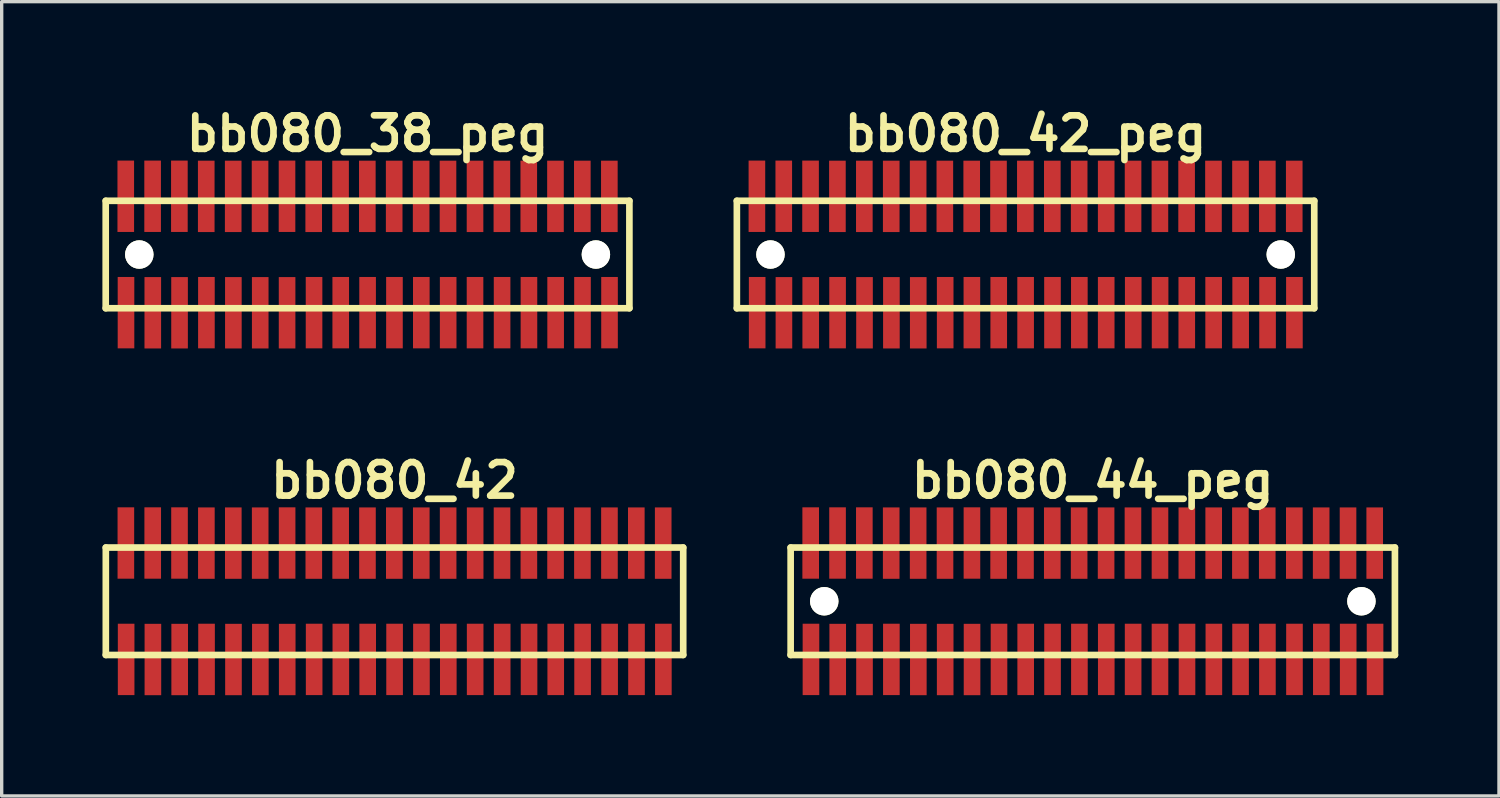
<source format=kicad_pcb>
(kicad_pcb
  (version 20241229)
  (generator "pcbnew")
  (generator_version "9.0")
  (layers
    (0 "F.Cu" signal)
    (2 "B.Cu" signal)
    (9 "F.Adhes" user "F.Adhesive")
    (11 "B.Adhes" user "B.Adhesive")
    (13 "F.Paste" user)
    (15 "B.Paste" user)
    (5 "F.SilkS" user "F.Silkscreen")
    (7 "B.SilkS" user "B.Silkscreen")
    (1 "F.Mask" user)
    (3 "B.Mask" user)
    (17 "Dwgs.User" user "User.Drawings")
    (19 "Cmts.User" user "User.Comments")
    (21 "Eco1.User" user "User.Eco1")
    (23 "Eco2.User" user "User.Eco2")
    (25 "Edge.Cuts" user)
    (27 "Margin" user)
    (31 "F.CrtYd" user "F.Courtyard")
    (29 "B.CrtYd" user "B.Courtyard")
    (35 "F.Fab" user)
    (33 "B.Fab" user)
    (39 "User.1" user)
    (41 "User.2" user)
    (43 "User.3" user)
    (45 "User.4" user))
  (footprint "bb080_42_peg"
    (layer "F.Cu")
    (at 27.496 4.531)
    (property "Reference" "bb080_42_peg" (at 0 -3.599 0) (layer "F.SilkS") (effects (font (size 0.998 0.998) (thickness 0.198))))
    (attr through_hole)
    (fp_line (start -8.6 -1.6) (end 8.6 -1.6) (stroke (width 0.198) (type solid)) (layer "F.SilkS"))
    (fp_line (start -8.598 -1.6) (end -8.598 1.6) (stroke (width 0.198) (type solid)) (layer "F.SilkS"))
    (fp_line (start 8.6 1.6) (end -8.6 1.6) (stroke (width 0.198) (type solid)) (layer "F.SilkS"))
    (fp_line (start 8.6 1.6) (end 8.6 -1.6) (stroke (width 0.198) (type solid)) (layer "F.SilkS"))
    (pad "" np_thru_hole circle (at -7.597 0) (size 0.848 0.848) (drill 0.848) (layers "*.Cu" "*.Mask" "F.SilkS"))
    (pad "" np_thru_hole circle (at 7.602 0) (size 0.848 0.848) (drill 0.848) (layers "*.Cu" "*.Mask" "F.SilkS"))
    (pad "1" smd rect (at -7.993 1.732) (size 0.495 2.126) (layers "F.Cu" "F.Mask" "F.Paste"))
    (pad "2" smd rect (at -8.001 -1.735) (size 0.495 2.126) (layers "F.Cu" "F.Mask" "F.Paste"))
    (pad "3" smd rect (at -7.196 1.735) (size 0.495 2.126) (layers "F.Cu" "F.Mask" "F.Paste"))
    (pad "4" smd rect (at -7.201 -1.735) (size 0.495 2.126) (layers "F.Cu" "F.Mask" "F.Paste"))
    (pad "5" smd rect (at -6.398 1.735) (size 0.495 2.126) (layers "F.Cu" "F.Mask" "F.Paste"))
    (pad "6" smd rect (at -6.403 -1.735) (size 0.495 2.126) (layers "F.Cu" "F.Mask" "F.Paste"))
    (pad "7" smd rect (at -5.598 1.732) (size 0.495 2.126) (layers "F.Cu" "F.Mask" "F.Paste"))
    (pad "8" smd rect (at -5.603 -1.732) (size 0.495 2.126) (layers "F.Cu" "F.Mask" "F.Paste"))
    (pad "9" smd rect (at -4.796 1.735) (size 0.495 2.126) (layers "F.Cu" "F.Mask" "F.Paste"))
    (pad "10" smd rect (at -4.801 -1.732) (size 0.495 2.126) (layers "F.Cu" "F.Mask" "F.Paste"))
    (pad "11" smd rect (at -3.995 1.735) (size 0.495 2.126) (layers "F.Cu" "F.Mask" "F.Paste"))
    (pad "12" smd rect (at -4 -1.732) (size 0.495 2.126) (layers "F.Cu" "F.Mask" "F.Paste"))
    (pad "13" smd rect (at -3.195 1.735) (size 0.495 2.126) (layers "F.Cu" "F.Mask" "F.Paste"))
    (pad "14" smd rect (at -3.198 -1.735) (size 0.495 2.126) (layers "F.Cu" "F.Mask" "F.Paste"))
    (pad "15" smd rect (at -2.393 1.732) (size 0.495 2.126) (layers "F.Cu" "F.Mask" "F.Paste"))
    (pad "16" smd rect (at -2.403 -1.732) (size 0.495 2.126) (layers "F.Cu" "F.Mask" "F.Paste"))
    (pad "17" smd rect (at -1.598 1.732) (size 0.495 2.126) (layers "F.Cu" "F.Mask" "F.Paste"))
    (pad "18" smd rect (at -1.603 -1.732) (size 0.495 2.126) (layers "F.Cu" "F.Mask" "F.Paste"))
    (pad "19" smd rect (at -0.798 1.732) (size 0.495 2.126) (layers "F.Cu" "F.Mask" "F.Paste"))
    (pad "20" smd rect (at -0.805 -1.732) (size 0.495 2.126) (layers "F.Cu" "F.Mask" "F.Paste"))
    (pad "21" smd rect (at 0.003 1.732) (size 0.495 2.126) (layers "F.Cu" "F.Mask" "F.Paste"))
    (pad "22" smd rect (at -0.005 -1.732) (size 0.495 2.126) (layers "F.Cu" "F.Mask" "F.Paste"))
    (pad "23" smd rect (at 0.803 1.732) (size 0.495 2.126) (layers "F.Cu" "F.Mask" "F.Paste"))
    (pad "24" smd rect (at 0.798 -1.732) (size 0.495 2.126) (layers "F.Cu" "F.Mask" "F.Paste"))
    (pad "25" smd rect (at 1.603 1.732) (size 0.495 2.126) (layers "F.Cu" "F.Mask" "F.Paste"))
    (pad "26" smd rect (at 1.598 -1.732) (size 0.495 2.126) (layers "F.Cu" "F.Mask" "F.Paste"))
    (pad "27" smd rect (at 2.403 1.732) (size 0.495 2.126) (layers "F.Cu" "F.Mask" "F.Paste"))
    (pad "28" smd rect (at 2.403 -1.732) (size 0.495 2.126) (layers "F.Cu" "F.Mask" "F.Paste"))
    (pad "29" smd rect (at 3.208 1.732) (size 0.495 2.126) (layers "F.Cu" "F.Mask" "F.Paste"))
    (pad "30" smd rect (at 3.203 -1.732) (size 0.495 2.126) (layers "F.Cu" "F.Mask" "F.Paste"))
    (pad "31" smd rect (at 4.008 1.732) (size 0.495 2.126) (layers "F.Cu" "F.Mask" "F.Paste"))
    (pad "32" smd rect (at 4.003 -1.732) (size 0.495 2.126) (layers "F.Cu" "F.Mask" "F.Paste"))
    (pad "33" smd rect (at 4.803 1.732) (size 0.495 2.126) (layers "F.Cu" "F.Mask" "F.Paste"))
    (pad "34" smd rect (at 4.798 -1.732) (size 0.495 2.126) (layers "F.Cu" "F.Mask" "F.Paste"))
    (pad "35" smd rect (at 5.603 1.732) (size 0.495 2.126) (layers "F.Cu" "F.Mask" "F.Paste"))
    (pad "36" smd rect (at 5.598 -1.732) (size 0.495 2.126) (layers "F.Cu" "F.Mask" "F.Paste"))
    (pad "37" smd rect (at 6.408 1.732) (size 0.495 2.126) (layers "F.Cu" "F.Mask" "F.Paste"))
    (pad "38" smd rect (at 6.403 -1.732) (size 0.495 2.126) (layers "F.Cu" "F.Mask" "F.Paste"))
    (pad "39" smd rect (at 7.209 1.732) (size 0.495 2.126) (layers "F.Cu" "F.Mask" "F.Paste"))
    (pad "40" smd rect (at 7.203 -1.732) (size 0.495 2.126) (layers "F.Cu" "F.Mask" "F.Paste"))
    (pad "41" smd rect (at 8.009 1.732) (size 0.495 2.126) (layers "F.Cu" "F.Mask" "F.Paste"))
    (pad "42" smd rect (at 8.004 -1.732) (size 0.495 2.126) (layers "F.Cu" "F.Mask" "F.Paste")))
  (footprint "bb080_44_peg"
    (layer "F.Cu")
    (at 29.497 14.859)
    (property "Reference" "bb080_44_peg" (at 0 -3.599 0) (layer "F.SilkS") (effects (font (size 0.998 0.998) (thickness 0.198))))
    (attr through_hole)
    (fp_line (start -8.999 -1.6) (end 9.002 -1.6) (stroke (width 0.198) (type solid)) (layer "F.SilkS"))
    (fp_line (start -8.997 -1.6) (end -8.997 1.6) (stroke (width 0.198) (type solid)) (layer "F.SilkS"))
    (fp_line (start 9.002 1.6) (end -8.999 1.6) (stroke (width 0.198) (type solid)) (layer "F.SilkS"))
    (fp_line (start 9.002 1.6) (end 9.002 -1.6) (stroke (width 0.198) (type solid)) (layer "F.SilkS"))
    (pad "" np_thru_hole circle (at -7.996 0) (size 0.848 0.848) (drill 0.848) (layers "*.Cu" "*.Mask" "F.SilkS"))
    (pad "" np_thru_hole circle (at 8.004 0) (size 0.848 0.848) (drill 0.848) (layers "*.Cu" "*.Mask" "F.SilkS"))
    (pad "1" smd rect (at -8.392 1.732) (size 0.495 2.126) (layers "F.Cu" "F.Mask" "F.Paste"))
    (pad "2" smd rect (at -8.4 -1.735) (size 0.495 2.126) (layers "F.Cu" "F.Mask" "F.Paste"))
    (pad "3" smd rect (at -7.595 1.735) (size 0.495 2.126) (layers "F.Cu" "F.Mask" "F.Paste"))
    (pad "4" smd rect (at -7.6 -1.735) (size 0.495 2.126) (layers "F.Cu" "F.Mask" "F.Paste"))
    (pad "5" smd rect (at -6.797 1.735) (size 0.495 2.126) (layers "F.Cu" "F.Mask" "F.Paste"))
    (pad "6" smd rect (at -6.802 -1.735) (size 0.495 2.126) (layers "F.Cu" "F.Mask" "F.Paste"))
    (pad "7" smd rect (at -5.997 1.732) (size 0.495 2.126) (layers "F.Cu" "F.Mask" "F.Paste"))
    (pad "8" smd rect (at -6.002 -1.732) (size 0.495 2.126) (layers "F.Cu" "F.Mask" "F.Paste"))
    (pad "9" smd rect (at -5.194 1.735) (size 0.495 2.126) (layers "F.Cu" "F.Mask" "F.Paste"))
    (pad "10" smd rect (at -5.199 -1.732) (size 0.495 2.126) (layers "F.Cu" "F.Mask" "F.Paste"))
    (pad "11" smd rect (at -4.394 1.735) (size 0.495 2.126) (layers "F.Cu" "F.Mask" "F.Paste"))
    (pad "12" smd rect (at -4.399 -1.732) (size 0.495 2.126) (layers "F.Cu" "F.Mask" "F.Paste"))
    (pad "13" smd rect (at -3.594 1.735) (size 0.495 2.126) (layers "F.Cu" "F.Mask" "F.Paste"))
    (pad "14" smd rect (at -3.597 -1.735) (size 0.495 2.126) (layers "F.Cu" "F.Mask" "F.Paste"))
    (pad "15" smd rect (at -2.791 1.732) (size 0.495 2.126) (layers "F.Cu" "F.Mask" "F.Paste"))
    (pad "16" smd rect (at -2.802 -1.732) (size 0.495 2.126) (layers "F.Cu" "F.Mask" "F.Paste"))
    (pad "17" smd rect (at -1.996 1.732) (size 0.495 2.126) (layers "F.Cu" "F.Mask" "F.Paste"))
    (pad "18" smd rect (at -2.002 -1.732) (size 0.495 2.126) (layers "F.Cu" "F.Mask" "F.Paste"))
    (pad "19" smd rect (at -1.196 1.732) (size 0.495 2.126) (layers "F.Cu" "F.Mask" "F.Paste"))
    (pad "20" smd rect (at -1.204 -1.732) (size 0.495 2.126) (layers "F.Cu" "F.Mask" "F.Paste"))
    (pad "21" smd rect (at -0.396 1.732) (size 0.495 2.126) (layers "F.Cu" "F.Mask" "F.Paste"))
    (pad "22" smd rect (at -0.404 -1.732) (size 0.495 2.126) (layers "F.Cu" "F.Mask" "F.Paste"))
    (pad "23" smd rect (at 0.404 1.732) (size 0.495 2.126) (layers "F.Cu" "F.Mask" "F.Paste"))
    (pad "24" smd rect (at 0.399 -1.732) (size 0.495 2.126) (layers "F.Cu" "F.Mask" "F.Paste"))
    (pad "25" smd rect (at 1.204 1.732) (size 0.495 2.126) (layers "F.Cu" "F.Mask" "F.Paste"))
    (pad "26" smd rect (at 1.199 -1.732) (size 0.495 2.126) (layers "F.Cu" "F.Mask" "F.Paste"))
    (pad "27" smd rect (at 2.004 1.732) (size 0.495 2.126) (layers "F.Cu" "F.Mask" "F.Paste"))
    (pad "28" smd rect (at 2.004 -1.732) (size 0.495 2.126) (layers "F.Cu" "F.Mask" "F.Paste"))
    (pad "29" smd rect (at 2.809 1.732) (size 0.495 2.126) (layers "F.Cu" "F.Mask" "F.Paste"))
    (pad "30" smd rect (at 2.804 -1.732) (size 0.495 2.126) (layers "F.Cu" "F.Mask" "F.Paste"))
    (pad "31" smd rect (at 3.609 1.732) (size 0.495 2.126) (layers "F.Cu" "F.Mask" "F.Paste"))
    (pad "32" smd rect (at 3.604 -1.732) (size 0.495 2.126) (layers "F.Cu" "F.Mask" "F.Paste"))
    (pad "33" smd rect (at 4.404 1.732) (size 0.495 2.126) (layers "F.Cu" "F.Mask" "F.Paste"))
    (pad "34" smd rect (at 4.399 -1.732) (size 0.495 2.126) (layers "F.Cu" "F.Mask" "F.Paste"))
    (pad "35" smd rect (at 5.204 1.732) (size 0.495 2.126) (layers "F.Cu" "F.Mask" "F.Paste"))
    (pad "36" smd rect (at 5.199 -1.732) (size 0.495 2.126) (layers "F.Cu" "F.Mask" "F.Paste"))
    (pad "37" smd rect (at 6.01 1.732) (size 0.495 2.126) (layers "F.Cu" "F.Mask" "F.Paste"))
    (pad "38" smd rect (at 6.005 -1.732) (size 0.495 2.126) (layers "F.Cu" "F.Mask" "F.Paste"))
    (pad "39" smd rect (at 6.81 1.732) (size 0.495 2.126) (layers "F.Cu" "F.Mask" "F.Paste"))
    (pad "40" smd rect (at 6.805 -1.732) (size 0.495 2.126) (layers "F.Cu" "F.Mask" "F.Paste"))
    (pad "41" smd rect (at 7.61 1.732) (size 0.495 2.126) (layers "F.Cu" "F.Mask" "F.Paste"))
    (pad "42" smd rect (at 7.605 -1.732) (size 0.495 2.126) (layers "F.Cu" "F.Mask" "F.Paste"))
    (pad "43" smd rect (at 8.41 1.732) (size 0.495 2.126) (layers "F.Cu" "F.Mask" "F.Paste"))
    (pad "44" smd rect (at 8.4 -1.732) (size 0.495 2.126) (layers "F.Cu" "F.Mask" "F.Paste")))
  (footprint "bb080_38_peg"
    (layer "F.Cu")
    (at 7.899 4.531)
    (property "Reference" "bb080_38_peg" (at 0 -3.599 0) (layer "F.SilkS") (effects (font (size 0.998 0.998) (thickness 0.198))))
    (attr through_hole)
    (fp_line (start -7.8 -1.6) (end -7.8 1.6) (stroke (width 0.198) (type solid)) (layer "F.SilkS"))
    (fp_line (start -7.8 1.6) (end 7.798 1.6) (stroke (width 0.198) (type solid)) (layer "F.SilkS"))
    (fp_line (start 7.798 -1.6) (end -7.8 -1.6) (stroke (width 0.198) (type solid)) (layer "F.SilkS"))
    (fp_line (start 7.798 1.6) (end 7.798 -1.6) (stroke (width 0.198) (type solid)) (layer "F.SilkS"))
    (pad "" np_thru_hole circle (at -6.8 0) (size 0.848 0.848) (drill 0.848) (layers "*.Cu" "*.Mask" "F.SilkS"))
    (pad "" np_thru_hole circle (at 6.8 0) (size 0.848 0.848) (drill 0.848) (layers "*.Cu" "*.Mask" "F.SilkS"))
    (pad "1" smd rect (at -7.196 1.732) (size 0.495 2.126) (layers "F.Cu" "F.Mask" "F.Paste"))
    (pad "2" smd rect (at -7.203 -1.735) (size 0.495 2.126) (layers "F.Cu" "F.Mask" "F.Paste"))
    (pad "3" smd rect (at -6.398 1.735) (size 0.495 2.126) (layers "F.Cu" "F.Mask" "F.Paste"))
    (pad "4" smd rect (at -6.403 -1.735) (size 0.495 2.126) (layers "F.Cu" "F.Mask" "F.Paste"))
    (pad "5" smd rect (at -5.601 1.735) (size 0.495 2.126) (layers "F.Cu" "F.Mask" "F.Paste"))
    (pad "6" smd rect (at -5.606 -1.735) (size 0.495 2.126) (layers "F.Cu" "F.Mask" "F.Paste"))
    (pad "7" smd rect (at -4.801 1.732) (size 0.495 2.126) (layers "F.Cu" "F.Mask" "F.Paste"))
    (pad "8" smd rect (at -4.806 -1.732) (size 0.495 2.126) (layers "F.Cu" "F.Mask" "F.Paste"))
    (pad "9" smd rect (at -3.998 1.735) (size 0.495 2.126) (layers "F.Cu" "F.Mask" "F.Paste"))
    (pad "10" smd rect (at -4.003 -1.732) (size 0.495 2.126) (layers "F.Cu" "F.Mask" "F.Paste"))
    (pad "11" smd rect (at -3.198 1.735) (size 0.495 2.126) (layers "F.Cu" "F.Mask" "F.Paste"))
    (pad "12" smd rect (at -3.203 -1.732) (size 0.495 2.126) (layers "F.Cu" "F.Mask" "F.Paste"))
    (pad "13" smd rect (at -2.398 1.735) (size 0.495 2.126) (layers "F.Cu" "F.Mask" "F.Paste"))
    (pad "14" smd rect (at -2.4 -1.735) (size 0.495 2.126) (layers "F.Cu" "F.Mask" "F.Paste"))
    (pad "15" smd rect (at -1.595 1.732) (size 0.495 2.126) (layers "F.Cu" "F.Mask" "F.Paste"))
    (pad "16" smd rect (at -1.605 -1.732) (size 0.495 2.126) (layers "F.Cu" "F.Mask" "F.Paste"))
    (pad "17" smd rect (at -0.8 1.732) (size 0.495 2.126) (layers "F.Cu" "F.Mask" "F.Paste"))
    (pad "18" smd rect (at -0.805 -1.732) (size 0.495 2.126) (layers "F.Cu" "F.Mask" "F.Paste"))
    (pad "19" smd rect (at 0 1.732) (size 0.495 2.126) (layers "F.Cu" "F.Mask" "F.Paste"))
    (pad "20" smd rect (at -0.008 -1.732) (size 0.495 2.126) (layers "F.Cu" "F.Mask" "F.Paste"))
    (pad "21" smd rect (at 0.8 1.732) (size 0.495 2.126) (layers "F.Cu" "F.Mask" "F.Paste"))
    (pad "22" smd rect (at 0.792 -1.732) (size 0.495 2.126) (layers "F.Cu" "F.Mask" "F.Paste"))
    (pad "23" smd rect (at 1.6 1.732) (size 0.495 2.126) (layers "F.Cu" "F.Mask" "F.Paste"))
    (pad "24" smd rect (at 1.595 -1.732) (size 0.495 2.126) (layers "F.Cu" "F.Mask" "F.Paste"))
    (pad "25" smd rect (at 2.4 1.732) (size 0.495 2.126) (layers "F.Cu" "F.Mask" "F.Paste"))
    (pad "26" smd rect (at 2.395 -1.732) (size 0.495 2.126) (layers "F.Cu" "F.Mask" "F.Paste"))
    (pad "27" smd rect (at 3.2 1.732) (size 0.495 2.126) (layers "F.Cu" "F.Mask" "F.Paste"))
    (pad "28" smd rect (at 3.2 -1.732) (size 0.495 2.126) (layers "F.Cu" "F.Mask" "F.Paste"))
    (pad "29" smd rect (at 4.006 1.732) (size 0.495 2.126) (layers "F.Cu" "F.Mask" "F.Paste"))
    (pad "30" smd rect (at 4 -1.732) (size 0.495 2.126) (layers "F.Cu" "F.Mask" "F.Paste"))
    (pad "31" smd rect (at 4.806 1.732) (size 0.495 2.126) (layers "F.Cu" "F.Mask" "F.Paste"))
    (pad "32" smd rect (at 4.801 -1.732) (size 0.495 2.126) (layers "F.Cu" "F.Mask" "F.Paste"))
    (pad "33" smd rect (at 5.601 1.732) (size 0.495 2.126) (layers "F.Cu" "F.Mask" "F.Paste"))
    (pad "34" smd rect (at 5.596 -1.732) (size 0.495 2.126) (layers "F.Cu" "F.Mask" "F.Paste"))
    (pad "35" smd rect (at 6.401 1.732) (size 0.495 2.126) (layers "F.Cu" "F.Mask" "F.Paste"))
    (pad "36" smd rect (at 6.396 -1.732) (size 0.495 2.126) (layers "F.Cu" "F.Mask" "F.Paste"))
    (pad "37" smd rect (at 7.206 1.732) (size 0.495 2.126) (layers "F.Cu" "F.Mask" "F.Paste"))
    (pad "38" smd rect (at 7.201 -1.732) (size 0.495 2.126) (layers "F.Cu" "F.Mask" "F.Paste")))
  (footprint "bb080_42"
    (layer "F.Cu")
    (at 8.7 14.859)
    (property "Reference" "bb080_42" (at 0 -3.599 0) (layer "F.SilkS") (effects (font (size 0.998 0.998) (thickness 0.198))))
    (attr through_hole)
    (fp_line (start -8.6 -1.6) (end 8.6 -1.6) (stroke (width 0.198) (type solid)) (layer "F.SilkS"))
    (fp_line (start -8.598 -1.6) (end -8.598 1.6) (stroke (width 0.198) (type solid)) (layer "F.SilkS"))
    (fp_line (start 8.6 1.6) (end -8.6 1.6) (stroke (width 0.198) (type solid)) (layer "F.SilkS"))
    (fp_line (start 8.6 1.6) (end 8.6 -1.6) (stroke (width 0.198) (type solid)) (layer "F.SilkS"))
    (pad "1" smd rect (at -7.993 1.732) (size 0.495 2.126) (layers "F.Cu" "F.Mask" "F.Paste"))
    (pad "2" smd rect (at -8.001 -1.735) (size 0.495 2.126) (layers "F.Cu" "F.Mask" "F.Paste"))
    (pad "3" smd rect (at -7.196 1.735) (size 0.495 2.126) (layers "F.Cu" "F.Mask" "F.Paste"))
    (pad "4" smd rect (at -7.201 -1.735) (size 0.495 2.126) (layers "F.Cu" "F.Mask" "F.Paste"))
    (pad "5" smd rect (at -6.398 1.735) (size 0.495 2.126) (layers "F.Cu" "F.Mask" "F.Paste"))
    (pad "6" smd rect (at -6.403 -1.735) (size 0.495 2.126) (layers "F.Cu" "F.Mask" "F.Paste"))
    (pad "7" smd rect (at -5.598 1.732) (size 0.495 2.126) (layers "F.Cu" "F.Mask" "F.Paste"))
    (pad "8" smd rect (at -5.603 -1.732) (size 0.495 2.126) (layers "F.Cu" "F.Mask" "F.Paste"))
    (pad "9" smd rect (at -4.796 1.735) (size 0.495 2.126) (layers "F.Cu" "F.Mask" "F.Paste"))
    (pad "10" smd rect (at -4.801 -1.732) (size 0.495 2.126) (layers "F.Cu" "F.Mask" "F.Paste"))
    (pad "11" smd rect (at -3.995 1.735) (size 0.495 2.126) (layers "F.Cu" "F.Mask" "F.Paste"))
    (pad "12" smd rect (at -4 -1.732) (size 0.495 2.126) (layers "F.Cu" "F.Mask" "F.Paste"))
    (pad "13" smd rect (at -3.195 1.735) (size 0.495 2.126) (layers "F.Cu" "F.Mask" "F.Paste"))
    (pad "14" smd rect (at -3.198 -1.735) (size 0.495 2.126) (layers "F.Cu" "F.Mask" "F.Paste"))
    (pad "15" smd rect (at -2.393 1.732) (size 0.495 2.126) (layers "F.Cu" "F.Mask" "F.Paste"))
    (pad "16" smd rect (at -2.403 -1.732) (size 0.495 2.126) (layers "F.Cu" "F.Mask" "F.Paste"))
    (pad "17" smd rect (at -1.598 1.732) (size 0.495 2.126) (layers "F.Cu" "F.Mask" "F.Paste"))
    (pad "18" smd rect (at -1.603 -1.732) (size 0.495 2.126) (layers "F.Cu" "F.Mask" "F.Paste"))
    (pad "19" smd rect (at -0.798 1.732) (size 0.495 2.126) (layers "F.Cu" "F.Mask" "F.Paste"))
    (pad "20" smd rect (at -0.805 -1.732) (size 0.495 2.126) (layers "F.Cu" "F.Mask" "F.Paste"))
    (pad "21" smd rect (at 0.003 1.732) (size 0.495 2.126) (layers "F.Cu" "F.Mask" "F.Paste"))
    (pad "22" smd rect (at -0.005 -1.732) (size 0.495 2.126) (layers "F.Cu" "F.Mask" "F.Paste"))
    (pad "23" smd rect (at 0.803 1.732) (size 0.495 2.126) (layers "F.Cu" "F.Mask" "F.Paste"))
    (pad "24" smd rect (at 0.798 -1.732) (size 0.495 2.126) (layers "F.Cu" "F.Mask" "F.Paste"))
    (pad "25" smd rect (at 1.603 1.732) (size 0.495 2.126) (layers "F.Cu" "F.Mask" "F.Paste"))
    (pad "26" smd rect (at 1.598 -1.732) (size 0.495 2.126) (layers "F.Cu" "F.Mask" "F.Paste"))
    (pad "27" smd rect (at 2.403 1.732) (size 0.495 2.126) (layers "F.Cu" "F.Mask" "F.Paste"))
    (pad "28" smd rect (at 2.403 -1.732) (size 0.495 2.126) (layers "F.Cu" "F.Mask" "F.Paste"))
    (pad "29" smd rect (at 3.208 1.732) (size 0.495 2.126) (layers "F.Cu" "F.Mask" "F.Paste"))
    (pad "30" smd rect (at 3.203 -1.732) (size 0.495 2.126) (layers "F.Cu" "F.Mask" "F.Paste"))
    (pad "31" smd rect (at 4.008 1.732) (size 0.495 2.126) (layers "F.Cu" "F.Mask" "F.Paste"))
    (pad "32" smd rect (at 4.003 -1.732) (size 0.495 2.126) (layers "F.Cu" "F.Mask" "F.Paste"))
    (pad "33" smd rect (at 4.803 1.732) (size 0.495 2.126) (layers "F.Cu" "F.Mask" "F.Paste"))
    (pad "34" smd rect (at 4.798 -1.732) (size 0.495 2.126) (layers "F.Cu" "F.Mask" "F.Paste"))
    (pad "35" smd rect (at 5.603 1.732) (size 0.495 2.126) (layers "F.Cu" "F.Mask" "F.Paste"))
    (pad "36" smd rect (at 5.598 -1.732) (size 0.495 2.126) (layers "F.Cu" "F.Mask" "F.Paste"))
    (pad "37" smd rect (at 6.408 1.732) (size 0.495 2.126) (layers "F.Cu" "F.Mask" "F.Paste"))
    (pad "38" smd rect (at 6.403 -1.732) (size 0.495 2.126) (layers "F.Cu" "F.Mask" "F.Paste"))
    (pad "39" smd rect (at 7.209 1.732) (size 0.495 2.126) (layers "F.Cu" "F.Mask" "F.Paste"))
    (pad "40" smd rect (at 7.203 -1.732) (size 0.495 2.126) (layers "F.Cu" "F.Mask" "F.Paste"))
    (pad "41" smd rect (at 8.009 1.732) (size 0.495 2.126) (layers "F.Cu" "F.Mask" "F.Paste"))
    (pad "42" smd rect (at 8.004 -1.732) (size 0.495 2.126) (layers "F.Cu" "F.Mask" "F.Paste")))
  (gr_rect
    (start -3 -3)
    (end 41.598 20.657)
    (stroke (width 0.1) (type default))
    (fill no)
    (layer "Edge.Cuts")))
</source>
